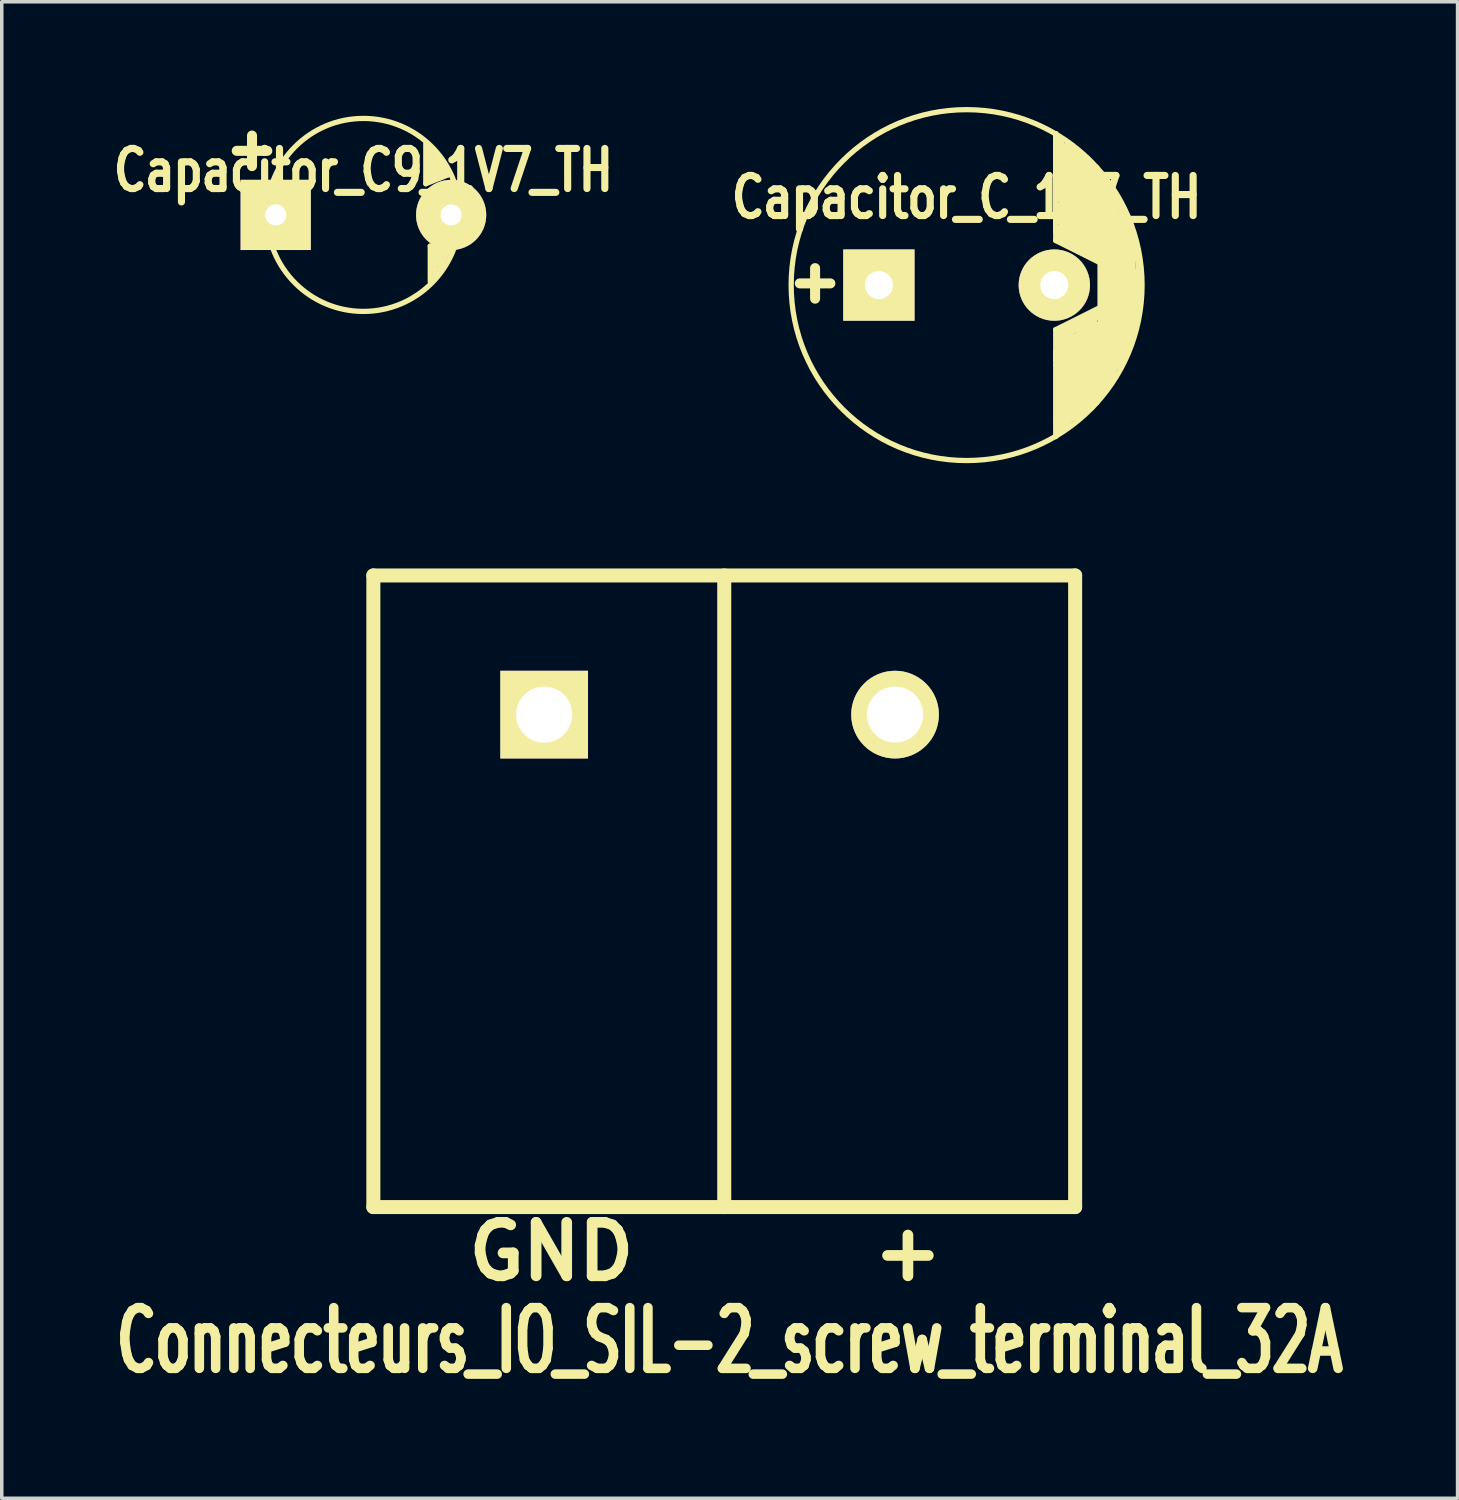
<source format=kicad_pcb>
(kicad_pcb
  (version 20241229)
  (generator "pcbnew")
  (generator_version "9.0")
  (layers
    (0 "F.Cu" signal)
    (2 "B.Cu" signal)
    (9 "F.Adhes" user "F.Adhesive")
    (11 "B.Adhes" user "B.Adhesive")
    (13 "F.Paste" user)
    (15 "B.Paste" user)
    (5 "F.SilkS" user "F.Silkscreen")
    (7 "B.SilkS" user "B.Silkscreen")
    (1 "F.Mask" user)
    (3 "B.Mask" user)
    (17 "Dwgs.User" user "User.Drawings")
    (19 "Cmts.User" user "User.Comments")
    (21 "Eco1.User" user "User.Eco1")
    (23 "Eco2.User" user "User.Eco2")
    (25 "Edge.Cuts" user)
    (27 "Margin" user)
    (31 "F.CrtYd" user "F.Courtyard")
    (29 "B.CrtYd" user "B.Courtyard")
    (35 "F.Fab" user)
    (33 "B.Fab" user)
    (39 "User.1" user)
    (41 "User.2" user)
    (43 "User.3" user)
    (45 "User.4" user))
  (footprint "Capacitor_C9_1V7_TH"
    (layer "F.Cu")
    (at 7.307 3.075)
    (property "Reference" "Capacitor_C9_1V7_TH" (at 0 -1.27 0) (layer "F.SilkS") (effects (font (size 1.143 0.889) (thickness 0.203))))
    (attr through_hole)
    (fp_line (start 1.778 -2.032) (end 1.778 -0.889) (stroke (width 0.15) (type solid)) (layer "F.SilkS"))
    (fp_line (start 1.778 -0.889) (end 2.413 -1.143) (stroke (width 0.15) (type solid)) (layer "F.SilkS"))
    (fp_line (start 1.905 -1.905) (end 1.905 -1.143) (stroke (width 0.15) (type solid)) (layer "F.SilkS"))
    (fp_line (start 1.905 -1.651) (end 2.032 -1.143) (stroke (width 0.15) (type solid)) (layer "F.SilkS"))
    (fp_line (start 1.905 -1.397) (end 2.159 -1.27) (stroke (width 0.15) (type solid)) (layer "F.SilkS"))
    (fp_line (start 1.905 -1.143) (end 1.905 -1.016) (stroke (width 0.15) (type solid)) (layer "F.SilkS"))
    (fp_line (start 1.905 -1.016) (end 2.286 -1.143) (stroke (width 0.15) (type solid)) (layer "F.SilkS"))
    (fp_line (start 1.905 0.889) (end 2.413 1.016) (stroke (width 0.15) (type solid)) (layer "F.SilkS"))
    (fp_line (start 1.905 1.905) (end 1.905 0.889) (stroke (width 0.15) (type solid)) (layer "F.SilkS"))
    (fp_line (start 2.032 -1.143) (end 2.159 -1.27) (stroke (width 0.15) (type solid)) (layer "F.SilkS"))
    (fp_line (start 2.032 1.016) (end 2.032 1.143) (stroke (width 0.15) (type solid)) (layer "F.SilkS"))
    (fp_line (start 2.032 1.016) (end 2.286 1.016) (stroke (width 0.15) (type solid)) (layer "F.SilkS"))
    (fp_line (start 2.032 1.397) (end 2.159 1.143) (stroke (width 0.15) (type solid)) (layer "F.SilkS"))
    (fp_line (start 2.032 1.778) (end 2.032 1.016) (stroke (width 0.15) (type solid)) (layer "F.SilkS"))
    (fp_line (start 2.159 -1.27) (end 1.905 -1.397) (stroke (width 0.15) (type solid)) (layer "F.SilkS"))
    (fp_line (start 2.159 1.143) (end 2.159 1.397) (stroke (width 0.15) (type solid)) (layer "F.SilkS"))
    (fp_line (start 2.159 1.397) (end 2.032 1.016) (stroke (width 0.15) (type solid)) (layer "F.SilkS"))
    (fp_line (start 2.286 -1.143) (end 1.905 -1.651) (stroke (width 0.15) (type solid)) (layer "F.SilkS"))
    (fp_line (start 2.286 1.016) (end 2.032 1.397) (stroke (width 0.15) (type solid)) (layer "F.SilkS"))
    (fp_line (start 2.413 -1.143) (end 1.905 -1.905) (stroke (width 0.15) (type solid)) (layer "F.SilkS"))
    (fp_line (start 2.413 1.016) (end 2.032 1.778) (stroke (width 0.15) (type solid)) (layer "F.SilkS"))
    (fp_circle (center 0 0) (end 0 -2.75) (stroke (width 0.15) (type solid)) (fill no) (layer "F.SilkS"))
    (fp_text user "+" (at -3.175 -1.905 0) (layer "F.SilkS") (effects (font (size 1.143 1.143) (thickness 0.287))))
    (pad "1" thru_hole rect (at -2.5 0) (size 2 2) (drill 0.6) (layers "*.Cu" "*.Mask" "F.SilkS"))
    (pad "2" thru_hole circle (at 2.5 0) (size 2 2) (drill 0.6) (layers "*.Cu" "*.Mask" "F.SilkS")))
  (footprint "Capacitor_C_1V7_TH"
    (layer "F.Cu")
    (at 24.497 5.075)
    (property "Reference" "Capacitor_C_1V7_TH" (at 0 -2.5 0) (layer "F.SilkS") (effects (font (size 1.143 0.889) (thickness 0.203))))
    (attr through_hole)
    (fp_line (start 2.54 -4.318) (end 2.54 -1.27) (stroke (width 0.15) (type solid)) (layer "F.SilkS"))
    (fp_line (start 2.54 -1.524) (end 2.54 -4.318) (stroke (width 0.15) (type solid)) (layer "F.SilkS"))
    (fp_line (start 2.54 -1.27) (end 3.81 -0.635) (stroke (width 0.15) (type solid)) (layer "F.SilkS"))
    (fp_line (start 2.54 1.27) (end 2.54 4.318) (stroke (width 0.15) (type solid)) (layer "F.SilkS"))
    (fp_line (start 2.54 1.905) (end 3.81 1.905) (stroke (width 0.15) (type solid)) (layer "F.SilkS"))
    (fp_line (start 2.54 2.159) (end 2.54 1.905) (stroke (width 0.15) (type solid)) (layer "F.SilkS"))
    (fp_line (start 2.54 2.286) (end 3.81 2.286) (stroke (width 0.15) (type solid)) (layer "F.SilkS"))
    (fp_line (start 2.634 -2.54) (end 2.634 -4.064) (stroke (width 0.3) (type solid)) (layer "F.SilkS"))
    (fp_line (start 2.634 -2.54) (end 3.65 -2.54) (stroke (width 0.3) (type solid)) (layer "F.SilkS"))
    (fp_line (start 2.634 2.54) (end 3.904 2.54) (stroke (width 0.3) (type solid)) (layer "F.SilkS"))
    (fp_line (start 2.634 3.937) (end 3.523 3.429) (stroke (width 0.3) (type solid)) (layer "F.SilkS"))
    (fp_line (start 2.634 4.064) (end 2.634 2.54) (stroke (width 0.3) (type solid)) (layer "F.SilkS"))
    (fp_line (start 2.667 -2.413) (end 3.937 -2.413) (stroke (width 0.15) (type solid)) (layer "F.SilkS"))
    (fp_line (start 2.667 -2.286) (end 4.318 -2.286) (stroke (width 0.15) (type solid)) (layer "F.SilkS"))
    (fp_line (start 2.667 -2.159) (end 2.667 -1.905) (stroke (width 0.15) (type solid)) (layer "F.SilkS"))
    (fp_line (start 2.667 -2.032) (end 4.318 -2.032) (stroke (width 0.15) (type solid)) (layer "F.SilkS"))
    (fp_line (start 2.667 -1.905) (end 2.667 -2.032) (stroke (width 0.15) (type solid)) (layer "F.SilkS"))
    (fp_line (start 2.667 -1.905) (end 2.794 -1.778) (stroke (width 0.15) (type solid)) (layer "F.SilkS"))
    (fp_line (start 2.667 -1.778) (end 2.667 -2.286) (stroke (width 0.15) (type solid)) (layer "F.SilkS"))
    (fp_line (start 2.667 -1.651) (end 2.667 -1.524) (stroke (width 0.15) (type solid)) (layer "F.SilkS"))
    (fp_line (start 2.667 -1.524) (end 2.794 -1.778) (stroke (width 0.15) (type solid)) (layer "F.SilkS"))
    (fp_line (start 2.667 -1.524) (end 4.572 -1.524) (stroke (width 0.15) (type solid)) (layer "F.SilkS"))
    (fp_line (start 2.667 -1.397) (end 2.667 -1.524) (stroke (width 0.15) (type solid)) (layer "F.SilkS"))
    (fp_line (start 2.667 -1.397) (end 2.794 -1.651) (stroke (width 0.15) (type solid)) (layer "F.SilkS"))
    (fp_line (start 2.667 -1.397) (end 2.794 -1.524) (stroke (width 0.15) (type solid)) (layer "F.SilkS"))
    (fp_line (start 2.667 -1.27) (end 3.175 -2.921) (stroke (width 0.15) (type solid)) (layer "F.SilkS"))
    (fp_line (start 2.667 1.27) (end 3.683 0.762) (stroke (width 0.15) (type solid)) (layer "F.SilkS"))
    (fp_line (start 2.667 1.397) (end 2.794 1.27) (stroke (width 0.15) (type solid)) (layer "F.SilkS"))
    (fp_line (start 2.667 1.778) (end 2.794 1.397) (stroke (width 0.15) (type solid)) (layer "F.SilkS"))
    (fp_line (start 2.667 1.778) (end 3.937 1.778) (stroke (width 0.15) (type solid)) (layer "F.SilkS"))
    (fp_line (start 2.667 2.032) (end 3.683 2.032) (stroke (width 0.15) (type solid)) (layer "F.SilkS"))
    (fp_line (start 2.667 2.413) (end 2.667 1.397) (stroke (width 0.15) (type solid)) (layer "F.SilkS"))
    (fp_line (start 2.794 -1.778) (end 2.921 -1.397) (stroke (width 0.15) (type solid)) (layer "F.SilkS"))
    (fp_line (start 2.794 -1.778) (end 4.572 -1.778) (stroke (width 0.15) (type solid)) (layer "F.SilkS"))
    (fp_line (start 2.794 -1.651) (end 2.794 -1.397) (stroke (width 0.15) (type solid)) (layer "F.SilkS"))
    (fp_line (start 2.794 -1.524) (end 3.175 -1.524) (stroke (width 0.15) (type solid)) (layer "F.SilkS"))
    (fp_line (start 2.794 -1.397) (end 2.794 -1.27) (stroke (width 0.15) (type solid)) (layer "F.SilkS"))
    (fp_line (start 2.794 -1.397) (end 3.048 -1.27) (stroke (width 0.15) (type solid)) (layer "F.SilkS"))
    (fp_line (start 2.794 -1.27) (end 2.667 -1.397) (stroke (width 0.15) (type solid)) (layer "F.SilkS"))
    (fp_line (start 2.794 1.27) (end 3.048 1.143) (stroke (width 0.15) (type solid)) (layer "F.SilkS"))
    (fp_line (start 2.794 1.397) (end 3.175 1.27) (stroke (width 0.15) (type solid)) (layer "F.SilkS"))
    (fp_line (start 2.794 1.905) (end 3.81 1.143) (stroke (width 0.15) (type solid)) (layer "F.SilkS"))
    (fp_line (start 2.794 4.064) (end 4.572 1.524) (stroke (width 0.15) (type solid)) (layer "F.SilkS"))
    (fp_line (start 2.888 -2.54) (end 2.888 -3.937) (stroke (width 0.3) (type solid)) (layer "F.SilkS"))
    (fp_line (start 2.888 2.54) (end 2.888 3.81) (stroke (width 0.3) (type solid)) (layer "F.SilkS"))
    (fp_line (start 2.921 -1.524) (end 3.175 -1.143) (stroke (width 0.15) (type solid)) (layer "F.SilkS"))
    (fp_line (start 2.921 -1.397) (end 2.667 -1.27) (stroke (width 0.15) (type solid)) (layer "F.SilkS"))
    (fp_line (start 2.921 1.524) (end 2.794 1.905) (stroke (width 0.15) (type solid)) (layer "F.SilkS"))
    (fp_line (start 3.015 -3.81) (end 3.015 -3.048) (stroke (width 0.3) (type solid)) (layer "F.SilkS"))
    (fp_line (start 3.048 -1.651) (end 3.302 -1.27) (stroke (width 0.15) (type solid)) (layer "F.SilkS"))
    (fp_line (start 3.048 -1.397) (end 2.921 -1.524) (stroke (width 0.15) (type solid)) (layer "F.SilkS"))
    (fp_line (start 3.048 -1.27) (end 2.794 -1.397) (stroke (width 0.15) (type solid)) (layer "F.SilkS"))
    (fp_line (start 3.048 -1.27) (end 3.175 -1.27) (stroke (width 0.15) (type solid)) (layer "F.SilkS"))
    (fp_line (start 3.048 -1.143) (end 2.667 -1.397) (stroke (width 0.15) (type solid)) (layer "F.SilkS"))
    (fp_line (start 3.048 1.143) (end 3.429 1.143) (stroke (width 0.15) (type solid)) (layer "F.SilkS"))
    (fp_line (start 3.142 -2.54) (end 3.142 -3.683) (stroke (width 0.3) (type solid)) (layer "F.SilkS"))
    (fp_line (start 3.142 2.54) (end 3.142 3.683) (stroke (width 0.3) (type solid)) (layer "F.SilkS"))
    (fp_line (start 3.175 -2.921) (end 4.064 -2.667) (stroke (width 0.15) (type solid)) (layer "F.SilkS"))
    (fp_line (start 3.175 -1.524) (end 3.048 -1.27) (stroke (width 0.15) (type solid)) (layer "F.SilkS"))
    (fp_line (start 3.175 -1.397) (end 3.048 -1.651) (stroke (width 0.15) (type solid)) (layer "F.SilkS"))
    (fp_line (start 3.175 -1.27) (end 3.175 -1.143) (stroke (width 0.15) (type solid)) (layer "F.SilkS"))
    (fp_line (start 3.175 -1.143) (end 3.048 -1.397) (stroke (width 0.15) (type solid)) (layer "F.SilkS"))
    (fp_line (start 3.175 -1.143) (end 3.429 -0.889) (stroke (width 0.15) (type solid)) (layer "F.SilkS"))
    (fp_line (start 3.175 -1.016) (end 2.667 -1.397) (stroke (width 0.15) (type solid)) (layer "F.SilkS"))
    (fp_line (start 3.175 1.016) (end 2.667 1.778) (stroke (width 0.15) (type solid)) (layer "F.SilkS"))
    (fp_line (start 3.175 1.27) (end 3.556 1.143) (stroke (width 0.15) (type solid)) (layer "F.SilkS"))
    (fp_line (start 3.175 1.524) (end 2.667 1.27) (stroke (width 0.15) (type solid)) (layer "F.SilkS"))
    (fp_line (start 3.175 1.651) (end 3.81 1.651) (stroke (width 0.15) (type solid)) (layer "F.SilkS"))
    (fp_line (start 3.302 -1.524) (end 3.429 -1.397) (stroke (width 0.15) (type solid)) (layer "F.SilkS"))
    (fp_line (start 3.302 -1.27) (end 3.175 -1.016) (stroke (width 0.15) (type solid)) (layer "F.SilkS"))
    (fp_line (start 3.302 1.016) (end 3.175 1.016) (stroke (width 0.15) (type solid)) (layer "F.SilkS"))
    (fp_line (start 3.396 -2.54) (end 3.396 -3.556) (stroke (width 0.3) (type solid)) (layer "F.SilkS"))
    (fp_line (start 3.396 -2.54) (end 4.031 -2.54) (stroke (width 0.3) (type solid)) (layer "F.SilkS"))
    (fp_line (start 3.396 2.54) (end 3.396 3.429) (stroke (width 0.3) (type solid)) (layer "F.SilkS"))
    (fp_line (start 3.429 -1.397) (end 3.429 -0.889) (stroke (width 0.15) (type solid)) (layer "F.SilkS"))
    (fp_line (start 3.429 -0.889) (end 3.048 -1.143) (stroke (width 0.15) (type solid)) (layer "F.SilkS"))
    (fp_line (start 3.429 -0.889) (end 3.175 -1.397) (stroke (width 0.15) (type solid)) (layer "F.SilkS"))
    (fp_line (start 3.429 1.016) (end 3.81 1.143) (stroke (width 0.15) (type solid)) (layer "F.SilkS"))
    (fp_line (start 3.429 1.143) (end 3.556 1.016) (stroke (width 0.15) (type solid)) (layer "F.SilkS"))
    (fp_line (start 3.429 1.651) (end 3.683 1.651) (stroke (width 0.15) (type solid)) (layer "F.SilkS"))
    (fp_line (start 3.523 3.429) (end 4.158 2.54) (stroke (width 0.3) (type solid)) (layer "F.SilkS"))
    (fp_line (start 3.556 -1.524) (end 3.556 -0.889) (stroke (width 0.15) (type solid)) (layer "F.SilkS"))
    (fp_line (start 3.556 -0.889) (end 3.302 -1.524) (stroke (width 0.15) (type solid)) (layer "F.SilkS"))
    (fp_line (start 3.556 1.016) (end 3.302 1.016) (stroke (width 0.15) (type solid)) (layer "F.SilkS"))
    (fp_line (start 3.556 1.143) (end 3.81 0.762) (stroke (width 0.15) (type solid)) (layer "F.SilkS"))
    (fp_line (start 3.556 1.27) (end 3.175 1.651) (stroke (width 0.15) (type solid)) (layer "F.SilkS"))
    (fp_line (start 3.556 3.048) (end 4.445 2.159) (stroke (width 0.15) (type solid)) (layer "F.SilkS"))
    (fp_line (start 3.65 -2.54) (end 3.65 -3.302) (stroke (width 0.3) (type solid)) (layer "F.SilkS"))
    (fp_line (start 3.65 2.54) (end 3.65 3.302) (stroke (width 0.3) (type solid)) (layer "F.SilkS"))
    (fp_line (start 3.683 -1.524) (end 3.683 -0.762) (stroke (width 0.15) (type solid)) (layer "F.SilkS"))
    (fp_line (start 3.683 -0.762) (end 3.556 -1.524) (stroke (width 0.15) (type solid)) (layer "F.SilkS"))
    (fp_line (start 3.683 0.762) (end 2.794 4.064) (stroke (width 0.15) (type solid)) (layer "F.SilkS"))
    (fp_line (start 3.683 1.27) (end 3.429 1.651) (stroke (width 0.15) (type solid)) (layer "F.SilkS"))
    (fp_line (start 3.683 1.524) (end 3.175 1.524) (stroke (width 0.15) (type solid)) (layer "F.SilkS"))
    (fp_line (start 3.683 1.651) (end 3.683 1.524) (stroke (width 0.15) (type solid)) (layer "F.SilkS"))
    (fp_line (start 3.683 2.032) (end 3.683 2.413) (stroke (width 0.15) (type solid)) (layer "F.SilkS"))
    (fp_line (start 3.683 2.413) (end 2.667 2.413) (stroke (width 0.15) (type solid)) (layer "F.SilkS"))
    (fp_line (start 3.777 -3.048) (end 3.015 -3.81) (stroke (width 0.3) (type solid)) (layer "F.SilkS"))
    (fp_line (start 3.81 -2.286) (end 3.81 2.54) (stroke (width 0.15) (type solid)) (layer "F.SilkS"))
    (fp_line (start 3.81 -0.635) (end 3.81 0.635) (stroke (width 0.15) (type solid)) (layer "F.SilkS"))
    (fp_line (start 3.81 0.635) (end 2.54 1.27) (stroke (width 0.15) (type solid)) (layer "F.SilkS"))
    (fp_line (start 3.81 0.762) (end 3.429 1.016) (stroke (width 0.15) (type solid)) (layer "F.SilkS"))
    (fp_line (start 3.81 1.143) (end 2.667 1.778) (stroke (width 0.15) (type solid)) (layer "F.SilkS"))
    (fp_line (start 3.81 1.143) (end 2.921 1.524) (stroke (width 0.15) (type solid)) (layer "F.SilkS"))
    (fp_line (start 3.81 1.651) (end 3.683 1.27) (stroke (width 0.15) (type solid)) (layer "F.SilkS"))
    (fp_line (start 3.81 1.905) (end 3.81 2.159) (stroke (width 0.15) (type solid)) (layer "F.SilkS"))
    (fp_line (start 3.81 2.159) (end 2.54 2.159) (stroke (width 0.15) (type solid)) (layer "F.SilkS"))
    (fp_line (start 3.81 2.159) (end 2.667 2.032) (stroke (width 0.15) (type solid)) (layer "F.SilkS"))
    (fp_line (start 3.81 2.286) (end 3.81 2.159) (stroke (width 0.15) (type solid)) (layer "F.SilkS"))
    (fp_line (start 3.81 2.54) (end 4.064 2.54) (stroke (width 0.15) (type solid)) (layer "F.SilkS"))
    (fp_line (start 3.937 -2.413) (end 4.572 -1.524) (stroke (width 0.15) (type solid)) (layer "F.SilkS"))
    (fp_line (start 3.937 -1.651) (end 3.937 2.794) (stroke (width 0.15) (type solid)) (layer "F.SilkS"))
    (fp_line (start 3.937 1.778) (end 3.556 1.27) (stroke (width 0.15) (type solid)) (layer "F.SilkS"))
    (fp_line (start 3.937 2.794) (end 4.318 -1.524) (stroke (width 0.15) (type solid)) (layer "F.SilkS"))
    (fp_line (start 4.064 -2.667) (end 4.445 -2.159) (stroke (width 0.15) (type solid)) (layer "F.SilkS"))
    (fp_line (start 4.064 -2.54) (end 3.81 -2.286) (stroke (width 0.15) (type solid)) (layer "F.SilkS"))
    (fp_line (start 4.064 -1.651) (end 4.064 2.667) (stroke (width 0.15) (type solid)) (layer "F.SilkS"))
    (fp_line (start 4.064 2.667) (end 3.937 -1.651) (stroke (width 0.15) (type solid)) (layer "F.SilkS"))
    (fp_line (start 4.158 -2.413) (end 3.777 -3.048) (stroke (width 0.3) (type solid)) (layer "F.SilkS"))
    (fp_line (start 4.191 -1.651) (end 4.191 2.54) (stroke (width 0.15) (type solid)) (layer "F.SilkS"))
    (fp_line (start 4.191 2.54) (end 4.064 -1.651) (stroke (width 0.15) (type solid)) (layer "F.SilkS"))
    (fp_line (start 4.318 -2.286) (end 4.318 -2.159) (stroke (width 0.15) (type solid)) (layer "F.SilkS"))
    (fp_line (start 4.318 -2.159) (end 2.667 -2.159) (stroke (width 0.15) (type solid)) (layer "F.SilkS"))
    (fp_line (start 4.318 -2.032) (end 4.318 -1.905) (stroke (width 0.15) (type solid)) (layer "F.SilkS"))
    (fp_line (start 4.318 -1.905) (end 2.667 -1.905) (stroke (width 0.15) (type solid)) (layer "F.SilkS"))
    (fp_line (start 4.318 -1.524) (end 4.445 -0.635) (stroke (width 0.15) (type solid)) (layer "F.SilkS"))
    (fp_line (start 4.318 -1.27) (end 4.318 2.032) (stroke (width 0.15) (type solid)) (layer "F.SilkS"))
    (fp_line (start 4.318 1.905) (end 3.937 2.413) (stroke (width 0.15) (type solid)) (layer "F.SilkS"))
    (fp_line (start 4.318 2.032) (end 4.191 -1.651) (stroke (width 0.15) (type solid)) (layer "F.SilkS"))
    (fp_line (start 4.445 -2.159) (end 4.318 1.905) (stroke (width 0.15) (type solid)) (layer "F.SilkS"))
    (fp_line (start 4.445 -2.159) (end 4.445 -1.905) (stroke (width 0.15) (type solid)) (layer "F.SilkS"))
    (fp_line (start 4.445 -1.905) (end 4.572 -1.778) (stroke (width 0.15) (type solid)) (layer "F.SilkS"))
    (fp_line (start 4.445 -1.778) (end 4.445 -1.905) (stroke (width 0.15) (type solid)) (layer "F.SilkS"))
    (fp_line (start 4.445 -1.524) (end 4.318 -1.27) (stroke (width 0.15) (type solid)) (layer "F.SilkS"))
    (fp_line (start 4.445 1.905) (end 3.683 -1.524) (stroke (width 0.15) (type solid)) (layer "F.SilkS"))
    (fp_line (start 4.445 2.159) (end 4.445 -1.524) (stroke (width 0.15) (type solid)) (layer "F.SilkS"))
    (fp_line (start 4.572 -1.778) (end 4.445 -1.778) (stroke (width 0.15) (type solid)) (layer "F.SilkS"))
    (fp_line (start 4.572 -1.778) (end 4.572 -1.651) (stroke (width 0.15) (type solid)) (layer "F.SilkS"))
    (fp_line (start 4.572 -1.651) (end 2.667 -1.651) (stroke (width 0.15) (type solid)) (layer "F.SilkS"))
    (fp_line (start 4.572 -1.651) (end 4.699 1.651) (stroke (width 0.15) (type solid)) (layer "F.SilkS"))
    (fp_line (start 4.572 -1.524) (end 4.699 -1.524) (stroke (width 0.15) (type solid)) (layer "F.SilkS"))
    (fp_line (start 4.572 1.524) (end 4.445 1.905) (stroke (width 0.15) (type solid)) (layer "F.SilkS"))
    (fp_line (start 4.572 1.651) (end 4.572 -1.651) (stroke (width 0.15) (type solid)) (layer "F.SilkS"))
    (fp_line (start 4.699 -1.524) (end 4.826 1.143) (stroke (width 0.15) (type solid)) (layer "F.SilkS"))
    (fp_line (start 4.699 1.397) (end 4.699 -1.524) (stroke (width 0.15) (type solid)) (layer "F.SilkS"))
    (fp_line (start 4.699 1.651) (end 3.556 3.048) (stroke (width 0.15) (type solid)) (layer "F.SilkS"))
    (fp_line (start 4.826 -0.381) (end 4.826 0.127) (stroke (width 0.15) (type solid)) (layer "F.SilkS"))
    (fp_line (start 4.826 0.127) (end 4.699 1.397) (stroke (width 0.15) (type solid)) (layer "F.SilkS"))
    (fp_line (start 4.826 1.143) (end 4.953 0) (stroke (width 0.15) (type solid)) (layer "F.SilkS"))
    (fp_line (start 4.953 0) (end 4.826 -1.143) (stroke (width 0.15) (type solid)) (layer "F.SilkS"))
    (fp_circle (center 0 0) (end 0 -5) (stroke (width 0.15) (type solid)) (fill no) (layer "F.SilkS"))
    (fp_text user "+" (at -4.318 -0.127 0) (layer "F.SilkS") (effects (font (size 1.143 1.143) (thickness 0.287))))
    (pad "1" thru_hole rect (at -2.5 0) (size 2.032 2.032) (drill 0.8) (layers "*.Cu" "*.Mask" "F.SilkS"))
    (pad "2" thru_hole circle (at 2.5 0) (size 2.032 2.032) (drill 0.8) (layers "*.Cu" "*.Mask" "F.SilkS")))
  (footprint "Connecteurs_IO_SIL-2_screw_terminal_32A"
    (layer "F.Cu")
    (at 27.458 31.316)
    (property "Reference" "Connecteurs_IO_SIL-2_screw_terminal_32A" (at -9.713 3.844 0) (layer "F.SilkS") (effects (font (size 1.73 1.087) (thickness 0.272))))
    (attr through_hole)
    (fp_line (start -19.868 -17.966) (end 0.132 -17.966) (stroke (width 0.4) (type solid)) (layer "F.SilkS"))
    (fp_line (start -19.868 0.034) (end -19.868 -17.966) (stroke (width 0.4) (type solid)) (layer "F.SilkS"))
    (fp_line (start -9.868 -17.966) (end -9.868 0.034) (stroke (width 0.4) (type solid)) (layer "F.SilkS"))
    (fp_line (start 0.132 -17.966) (end 0.132 0.034) (stroke (width 0.4) (type solid)) (layer "F.SilkS"))
    (fp_line (start 0.132 0.034) (end -19.868 0.034) (stroke (width 0.4) (type solid)) (layer "F.SilkS"))
    (fp_text user "GND" (at -14.793 1.304 0) (layer "F.SilkS") (effects (font (size 1.524 1.524) (thickness 0.305))))
    (fp_text user "+" (at -4.633 1.304 0) (layer "F.SilkS") (effects (font (size 1.524 1.524) (thickness 0.305))))
    (pad "1" thru_hole rect (at -15 -14) (size 2.499 2.499) (drill 1.6) (layers "*.Cu" "*.Mask" "F.SilkS"))
    (pad "2" thru_hole circle (at -5 -14) (size 2.499 2.499) (drill 1.6) (layers "*.Cu" "*.Mask" "F.SilkS")))
  (gr_rect
    (start -3 -3)
    (end 38.489 39.649)
    (stroke (width 0.1) (type default))
    (fill no)
    (layer "Edge.Cuts")))
</source>
